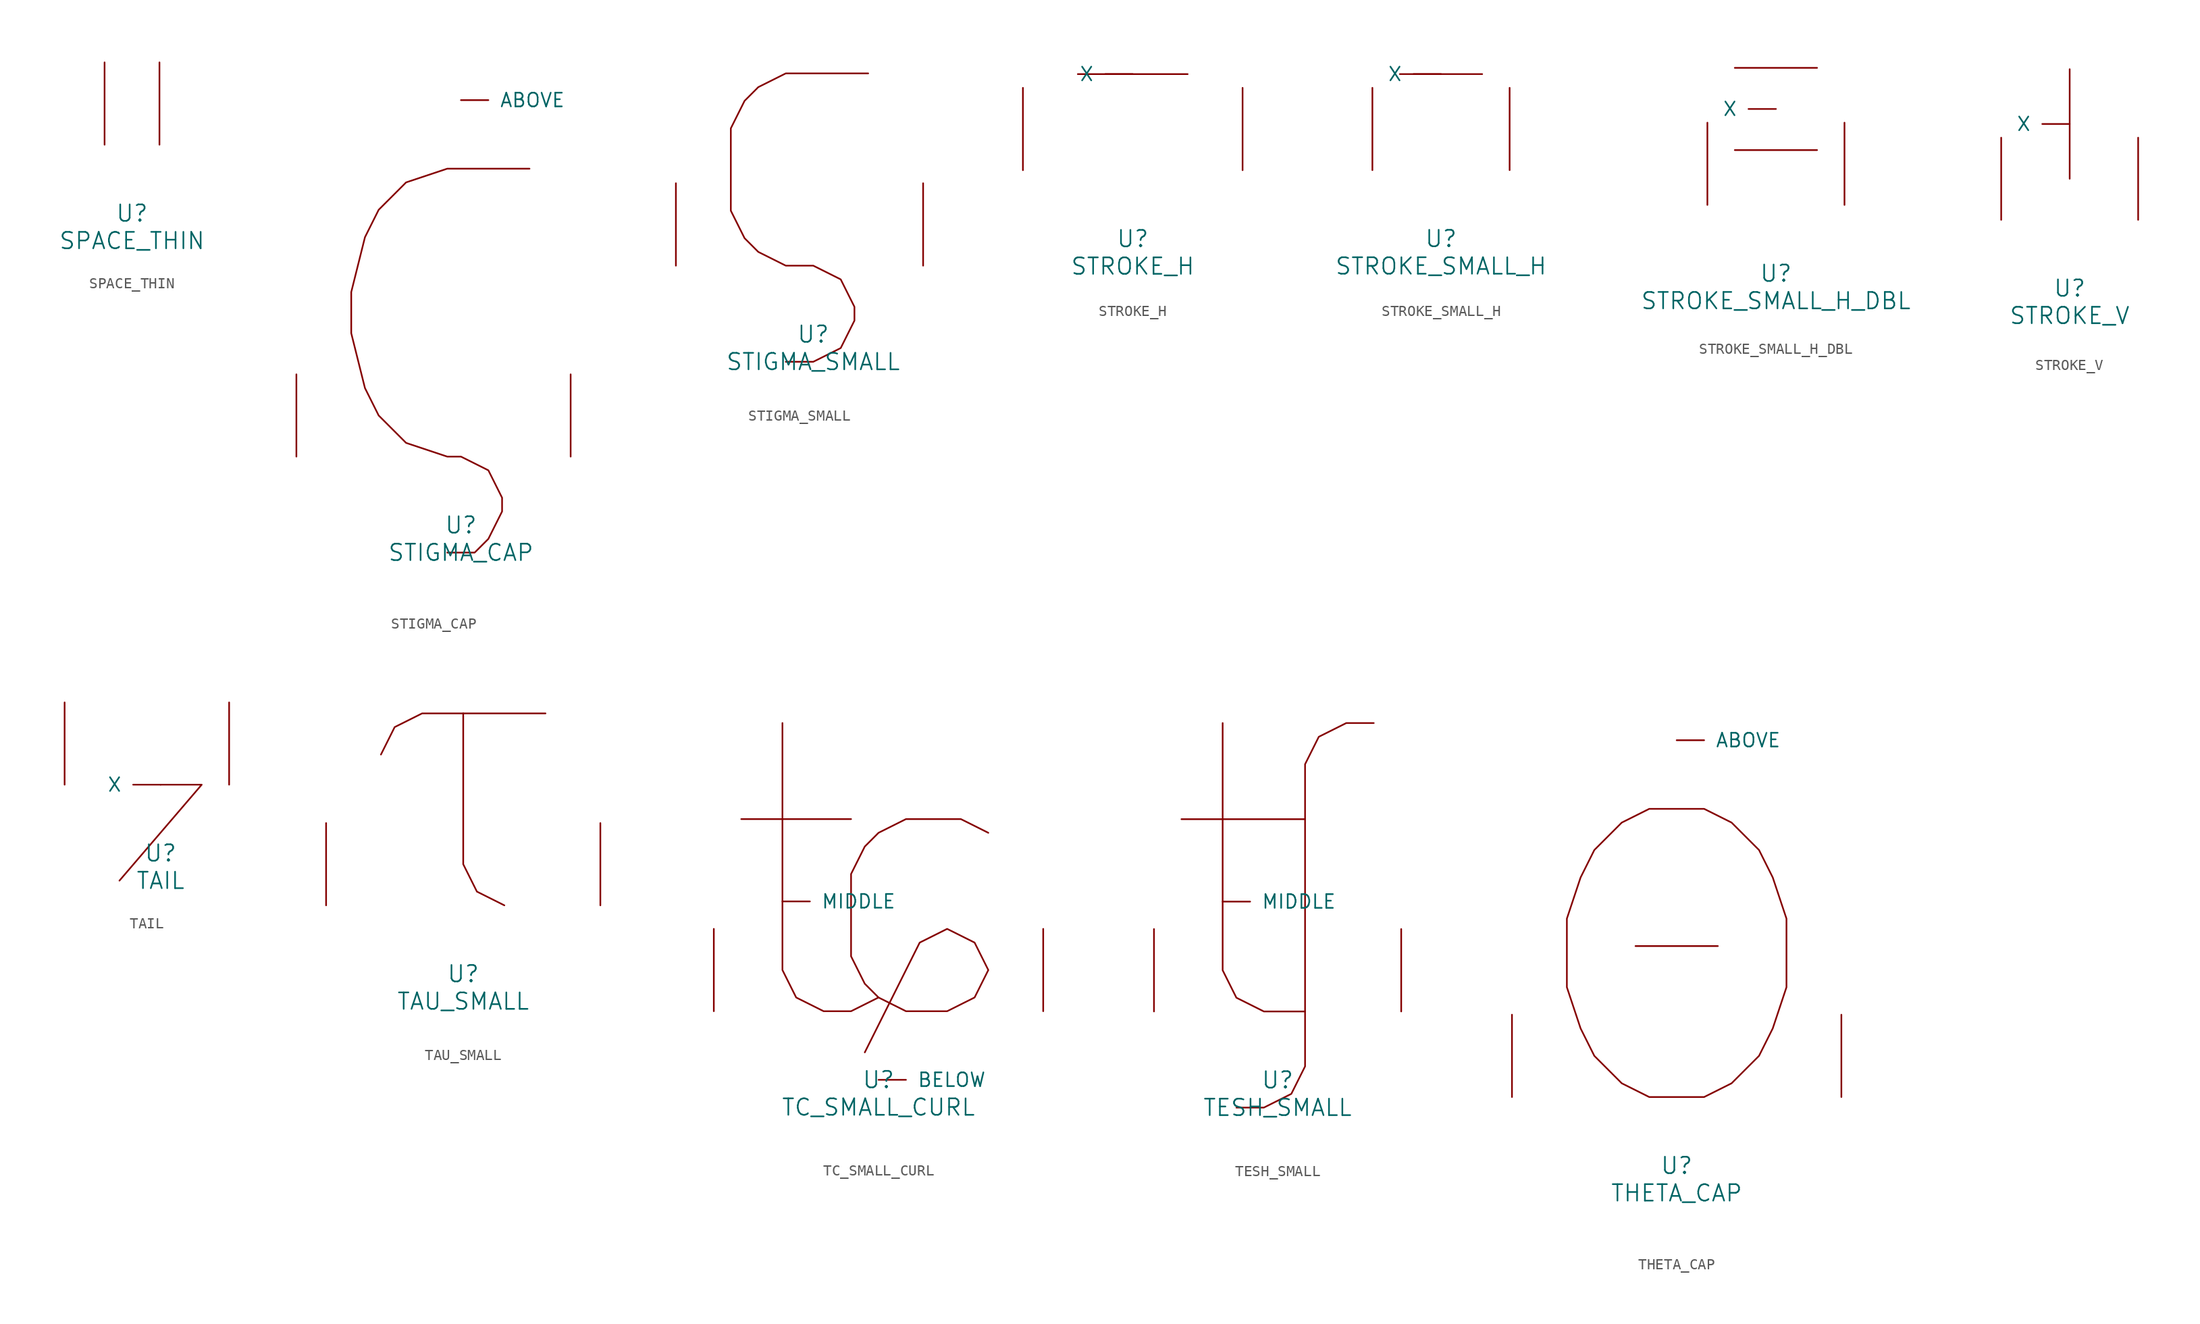
<source format=kicad_sym>
(kicad_symbol_lib
  (version 20220914)
  (generator font_lib2sym)
  (symbol "SPACE_THIN"
    (pin_names
      (offset 1.016))
    (property "Reference" "U"
      (at 0 -6.35 0)
      (effects (font (size 1.524 1.524))))
    (property "Value" "SPACE_THIN"
      (at 0 -8.89 0)
      (effects (font (size 1.524 1.524))))
    (symbol "SPACE_THIN_0_1"
      (pin input line (at -2.54 0 90) (length 7.62) (name "~" (effects (font (size 1.27 1.27)))) (number "~" (effects (font (size 1.27 1.27)))))
      (pin input line (at 2.54 0 90) (length 7.62) (name "~" (effects (font (size 1.27 1.27)))) (number "~" (effects (font (size 1.27 1.27)))))))
  (symbol "STIGMA_CAP"
    (pin_names
      (offset 1.016))
    (property "Reference" "U"
      (at 0 -6.35 0)
      (effects (font (size 1.524 1.524))))
    (property "Value" "STIGMA_CAP"
      (at 0 -8.89 0)
      (effects (font (size 1.524 1.524))))
    (symbol "STIGMA_CAP_0_1"
      (polyline (pts (xy 6.35 26.67) (xy -1.27 26.67) (xy -5.08 25.4) (xy -7.62 22.86) (xy -8.89 20.32) (xy -10.16 15.24) (xy -10.16 11.43) (xy -8.89 6.35) (xy -7.62 3.81) (xy -5.08 1.27) (xy -1.27 0) (xy 0 0) (xy 2.54 -1.27) (xy 3.81 -3.81) (xy 3.81 -5.08) (xy 2.54 -7.62) (xy 1.27 -8.89) (xy -1.27 -8.89)) (stroke (width 0) (type solid)) (fill (type none)))
      (pin input line (at 0 33.02 0) (length 2.54) (name "ABOVE" (effects (font (size 1.27 1.27)))) (number "~" (effects (font (size 1.27 1.27)))))
      (pin input line (at -15.24 0 90) (length 7.62) (name "~" (effects (font (size 1.27 1.27)))) (number "~" (effects (font (size 1.27 1.27)))))
      (pin input line (at 10.16 0 90) (length 7.62) (name "~" (effects (font (size 1.27 1.27)))) (number "~" (effects (font (size 1.27 1.27)))))))
  (symbol "STIGMA_SMALL"
    (pin_names
      (offset 1.016))
    (property "Reference" "U"
      (at 0 -6.35 0)
      (effects (font (size 1.524 1.524))))
    (property "Value" "STIGMA_SMALL"
      (at 0 -8.89 0)
      (effects (font (size 1.524 1.524))))
    (symbol "STIGMA_SMALL_0_1"
      (polyline (pts (xy 5.08 17.78) (xy -2.54 17.78) (xy -5.08 16.51) (xy -6.35 15.24) (xy -7.62 12.7) (xy -7.62 5.08) (xy -6.35 2.54) (xy -5.08 1.27) (xy -2.54 0) (xy 0 0) (xy 2.54 -1.27) (xy 3.81 -3.81) (xy 3.81 -5.08) (xy 2.54 -7.62) (xy 0 -8.89) (xy -2.54 -8.89)) (stroke (width 0) (type solid)) (fill (type none)))
      (pin input line (at -12.7 0 90) (length 7.62) (name "~" (effects (font (size 1.27 1.27)))) (number "~" (effects (font (size 1.27 1.27)))))
      (pin input line (at 10.16 0 90) (length 7.62) (name "~" (effects (font (size 1.27 1.27)))) (number "~" (effects (font (size 1.27 1.27)))))))
  (symbol "STROKE_H"
    (pin_names
      (offset 1.016))
    (property "Reference" "U"
      (at 0 -6.35 0)
      (effects (font (size 1.524 1.524))))
    (property "Value" "STROKE_H"
      (at 0 -8.89 0)
      (effects (font (size 1.524 1.524))))
    (symbol "STROKE_H_0_1"
      (polyline (pts (xy -5.08 8.89) (xy 5.08 8.89)) (stroke (width 0) (type solid)) (fill (type none)))
      (pin input line (at 0 8.89 180) (length 2.54) (name "X" (effects (font (size 1.27 1.27)))) (number "~" (effects (font (size 1.27 1.27)))))
      (pin input line (at -10.16 0 90) (length 7.62) (name "~" (effects (font (size 1.27 1.27)))) (number "~" (effects (font (size 1.27 1.27)))))
      (pin input line (at 10.16 0 90) (length 7.62) (name "~" (effects (font (size 1.27 1.27)))) (number "~" (effects (font (size 1.27 1.27)))))))
  (symbol "STROKE_SMALL_H"
    (pin_names
      (offset 1.016))
    (property "Reference" "U"
      (at 0 -6.35 0)
      (effects (font (size 1.524 1.524))))
    (property "Value" "STROKE_SMALL_H"
      (at 0 -8.89 0)
      (effects (font (size 1.524 1.524))))
    (symbol "STROKE_SMALL_H_0_1"
      (polyline (pts (xy -3.81 8.89) (xy 3.81 8.89)) (stroke (width 0) (type solid)) (fill (type none)))
      (pin input line (at 0 8.89 180) (length 2.54) (name "X" (effects (font (size 1.27 1.27)))) (number "~" (effects (font (size 1.27 1.27)))))
      (pin input line (at -6.35 0 90) (length 7.62) (name "~" (effects (font (size 1.27 1.27)))) (number "~" (effects (font (size 1.27 1.27)))))
      (pin input line (at 6.35 0 90) (length 7.62) (name "~" (effects (font (size 1.27 1.27)))) (number "~" (effects (font (size 1.27 1.27)))))))
  (symbol "STROKE_SMALL_H_DBL"
    (pin_names
      (offset 1.016))
    (property "Reference" "U"
      (at 0 -6.35 0)
      (effects (font (size 1.524 1.524))))
    (property "Value" "STROKE_SMALL_H_DBL"
      (at 0 -8.89 0)
      (effects (font (size 1.524 1.524))))
    (symbol "STROKE_SMALL_H_DBL_0_1"
      (polyline (pts (xy -3.81 5.08) (xy 3.81 5.08)) (stroke (width 0) (type solid)) (fill (type none)))
      (polyline (pts (xy -3.81 12.7) (xy 3.81 12.7)) (stroke (width 0) (type solid)) (fill (type none)))
      (pin input line (at 0 8.89 180) (length 2.54) (name "X" (effects (font (size 1.27 1.27)))) (number "~" (effects (font (size 1.27 1.27)))))
      (pin input line (at -6.35 0 90) (length 7.62) (name "~" (effects (font (size 1.27 1.27)))) (number "~" (effects (font (size 1.27 1.27)))))
      (pin input line (at 6.35 0 90) (length 7.62) (name "~" (effects (font (size 1.27 1.27)))) (number "~" (effects (font (size 1.27 1.27)))))))
  (symbol "STROKE_V"
    (pin_names
      (offset 1.016))
    (property "Reference" "U"
      (at 0 -6.35 0)
      (effects (font (size 1.524 1.524))))
    (property "Value" "STROKE_V"
      (at 0 -8.89 0)
      (effects (font (size 1.524 1.524))))
    (symbol "STROKE_V_0_1"
      (polyline (pts (xy 0 13.97) (xy 0 3.81)) (stroke (width 0) (type solid)) (fill (type none)))
      (pin input line (at 0 8.89 180) (length 2.54) (name "X" (effects (font (size 1.27 1.27)))) (number "~" (effects (font (size 1.27 1.27)))))
      (pin input line (at -6.35 0 90) (length 7.62) (name "~" (effects (font (size 1.27 1.27)))) (number "~" (effects (font (size 1.27 1.27)))))
      (pin input line (at 6.35 0 90) (length 7.62) (name "~" (effects (font (size 1.27 1.27)))) (number "~" (effects (font (size 1.27 1.27)))))))
  (symbol "TAIL"
    (pin_names
      (offset 1.016))
    (property "Reference" "U"
      (at 0 -6.35 0)
      (effects (font (size 1.524 1.524))))
    (property "Value" "TAIL"
      (at 0 -8.89 0)
      (effects (font (size 1.524 1.524))))
    (symbol "TAIL_0_1"
      (polyline (pts (xy 0 0) (xy 3.81 0) (xy -3.81 -8.89)) (stroke (width 0) (type solid)) (fill (type none)))
      (pin input line (at 0 0 180) (length 2.54) (name "X" (effects (font (size 1.27 1.27)))) (number "~" (effects (font (size 1.27 1.27)))))
      (pin input line (at -8.89 0 90) (length 7.62) (name "~" (effects (font (size 1.27 1.27)))) (number "~" (effects (font (size 1.27 1.27)))))
      (pin input line (at 6.35 0 90) (length 7.62) (name "~" (effects (font (size 1.27 1.27)))) (number "~" (effects (font (size 1.27 1.27)))))))
  (symbol "TAU_SMALL"
    (pin_names
      (offset 1.016))
    (property "Reference" "U"
      (at 0 -6.35 0)
      (effects (font (size 1.524 1.524))))
    (property "Value" "TAU_SMALL"
      (at 0 -8.89 0)
      (effects (font (size 1.524 1.524))))
    (symbol "TAU_SMALL_0_1"
      (polyline (pts (xy -7.62 13.97) (xy -6.35 16.51) (xy -3.81 17.78) (xy 7.62 17.78)) (stroke (width 0) (type solid)) (fill (type none)))
      (polyline (pts (xy 0 17.78) (xy 0 3.81) (xy 1.27 1.27) (xy 3.81 0)) (stroke (width 0) (type solid)) (fill (type none)))
      (pin input line (at -12.7 0 90) (length 7.62) (name "~" (effects (font (size 1.27 1.27)))) (number "~" (effects (font (size 1.27 1.27)))))
      (pin input line (at 12.7 0 90) (length 7.62) (name "~" (effects (font (size 1.27 1.27)))) (number "~" (effects (font (size 1.27 1.27)))))))
  (symbol "TC_SMALL_CURL"
    (pin_names
      (offset 1.016))
    (property "Reference" "U"
      (at 0 -6.35 0)
      (effects (font (size 1.524 1.524))))
    (property "Value" "TC_SMALL_CURL"
      (at 0 -8.89 0)
      (effects (font (size 1.524 1.524))))
    (symbol "TC_SMALL_CURL_0_1"
      (polyline (pts (xy -12.7 17.78) (xy -2.54 17.78)) (stroke (width 0) (type solid)) (fill (type none)))
      (polyline (pts (xy -8.89 26.67) (xy -8.89 3.81) (xy -7.62 1.27) (xy -5.08 0) (xy -2.54 0) (xy 0 1.27)) (stroke (width 0) (type solid)) (fill (type none)))
      (polyline (pts (xy 10.16 16.51) (xy 7.62 17.78) (xy 2.54 17.78) (xy 0 16.51) (xy -1.27 15.24) (xy -2.54 12.7) (xy -2.54 5.08) (xy -1.27 2.54) (xy 0 1.27) (xy 2.54 0) (xy 6.35 0) (xy 8.89 1.27) (xy 10.16 3.81) (xy 8.89 6.35) (xy 6.35 7.62) (xy 3.81 6.35) (xy -1.27 -3.81)) (stroke (width 0) (type solid)) (fill (type none)))
      (pin input line (at 0 -6.35 0) (length 2.54) (name "BELOW" (effects (font (size 1.27 1.27)))) (number "~" (effects (font (size 1.27 1.27)))))
      (pin input line (at -8.89 10.16 0) (length 2.54) (name "MIDDLE" (effects (font (size 1.27 1.27)))) (number "~" (effects (font (size 1.27 1.27)))))
      (pin input line (at -15.24 0 90) (length 7.62) (name "~" (effects (font (size 1.27 1.27)))) (number "~" (effects (font (size 1.27 1.27)))))
      (pin input line (at 15.24 0 90) (length 7.62) (name "~" (effects (font (size 1.27 1.27)))) (number "~" (effects (font (size 1.27 1.27)))))))
  (symbol "TESH_SMALL"
    (pin_names
      (offset 1.016))
    (property "Reference" "U"
      (at 0 -6.35 0)
      (effects (font (size 1.524 1.524))))
    (property "Value" "TESH_SMALL"
      (at 0 -8.89 0)
      (effects (font (size 1.524 1.524))))
    (symbol "TESH_SMALL_0_1"
      (polyline (pts (xy -8.89 17.78) (xy 2.54 17.78)) (stroke (width 0) (type solid)) (fill (type none)))
      (polyline (pts (xy -5.08 26.67) (xy -5.08 3.81) (xy -3.81 1.27) (xy -1.27 0) (xy 2.54 0)) (stroke (width 0) (type solid)) (fill (type none)))
      (polyline (pts (xy 8.89 26.67) (xy 6.35 26.67) (xy 3.81 25.4) (xy 2.54 22.86) (xy 2.54 -5.08) (xy 1.27 -7.62) (xy -1.27 -8.89) (xy -3.81 -8.89)) (stroke (width 0) (type solid)) (fill (type none)))
      (pin input line (at -5.08 10.16 0) (length 2.54) (name "MIDDLE" (effects (font (size 1.27 1.27)))) (number "~" (effects (font (size 1.27 1.27)))))
      (pin input line (at -11.43 0 90) (length 7.62) (name "~" (effects (font (size 1.27 1.27)))) (number "~" (effects (font (size 1.27 1.27)))))
      (pin input line (at 11.43 0 90) (length 7.62) (name "~" (effects (font (size 1.27 1.27)))) (number "~" (effects (font (size 1.27 1.27)))))))
  (symbol "THETA_CAP"
    (pin_names
      (offset 1.016))
    (property "Reference" "U"
      (at 0 -6.35 0)
      (effects (font (size 1.524 1.524))))
    (property "Value" "THETA_CAP"
      (at 0 -8.89 0)
      (effects (font (size 1.524 1.524))))
    (symbol "THETA_CAP_0_1"
      (polyline (pts (xy -3.81 13.97) (xy 3.81 13.97)) (stroke (width 0) (type solid)) (fill (type none)))
      (polyline (pts (xy -2.54 26.67) (xy 2.54 26.67) (xy 5.08 25.4) (xy 7.62 22.86) (xy 8.89 20.32) (xy 10.16 16.51) (xy 10.16 10.16) (xy 8.89 6.35) (xy 7.62 3.81) (xy 5.08 1.27) (xy 2.54 0) (xy -2.54 0) (xy -5.08 1.27) (xy -7.62 3.81) (xy -8.89 6.35) (xy -10.16 10.16) (xy -10.16 16.51) (xy -8.89 20.32) (xy -7.62 22.86) (xy -5.08 25.4) (xy -2.54 26.67)) (stroke (width 0) (type solid)) (fill (type none)))
      (pin input line (at 0 33.02 0) (length 2.54) (name "ABOVE" (effects (font (size 1.27 1.27)))) (number "~" (effects (font (size 1.27 1.27)))))
      (pin input line (at -15.24 0 90) (length 7.62) (name "~" (effects (font (size 1.27 1.27)))) (number "~" (effects (font (size 1.27 1.27)))))
      (pin input line (at 15.24 0 90) (length 7.62) (name "~" (effects (font (size 1.27 1.27)))) (number "~" (effects (font (size 1.27 1.27))))))))
</source>
